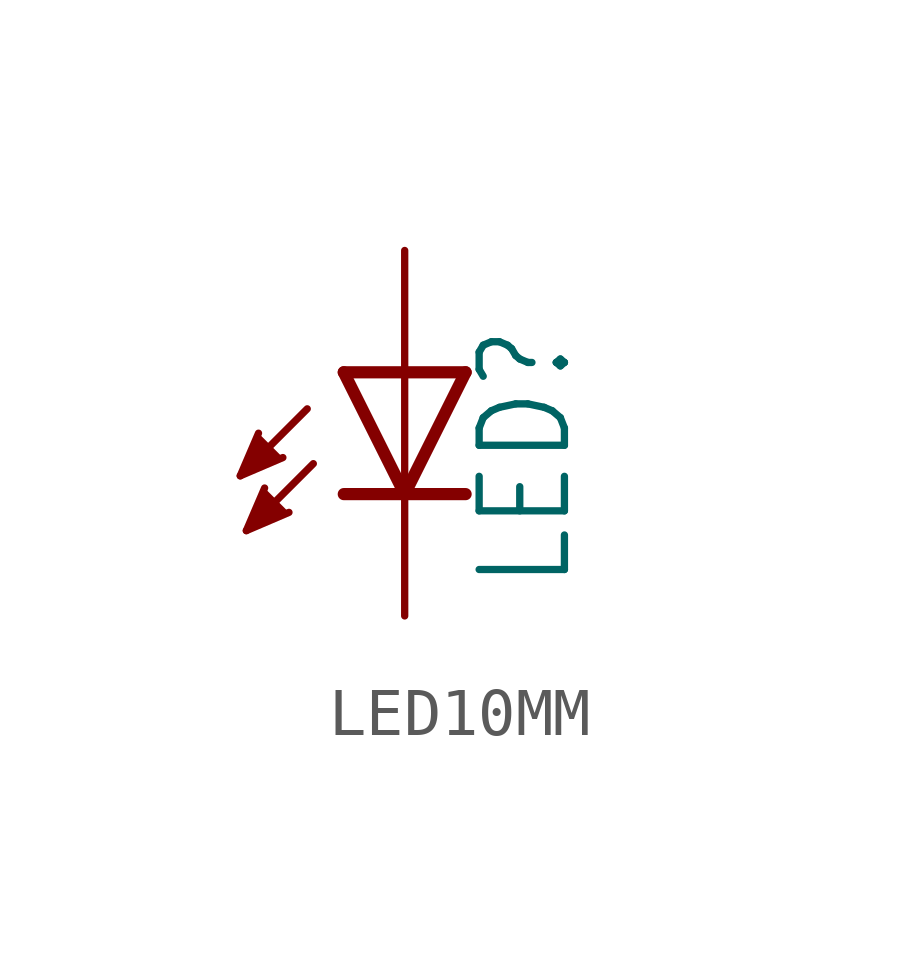
<source format=kicad_sym>
(kicad_symbol_lib
  (version 20231120)
  (generator "kicad_symbol_editor")
  (generator_version "8.0")
  (symbol "LED10MM"
    (property "Reference" "LED"
      (at 3.556 -4.572 90)
      (effects (font (size 1.778 1.511)) (justify left bottom)))
    (property "Value" ""
      (at 5.715 -4.572 90)
      (effects (font (size 1.778 1.511)) (justify left bottom)))
    (property "ki_locked" ""
      (at 0 0 0)
      (effects (font (size 1.27 1.27))))
    (symbol "LED10MM_1_0"
      (polyline (pts (xy -2.032 -0.762) (xy -3.429 -2.159)) (stroke (width 0.152) (type solid)) (fill (type none)))
      (polyline (pts (xy -1.905 -1.905) (xy -3.302 -3.302)) (stroke (width 0.152) (type solid)) (fill (type none)))
      (polyline (pts (xy 0 -2.54) (xy -1.27 -2.54)) (stroke (width 0.254) (type solid)) (fill (type none)))
      (polyline (pts (xy 0 -2.54) (xy -1.27 0)) (stroke (width 0.254) (type solid)) (fill (type none)))
      (polyline (pts (xy 0 0) (xy -1.27 0)) (stroke (width 0.254) (type solid)) (fill (type none)))
      (polyline (pts (xy 0 0) (xy 0 -2.54)) (stroke (width 0.152) (type solid)) (fill (type none)))
      (polyline (pts (xy 1.27 -2.54) (xy 0 -2.54)) (stroke (width 0.254) (type solid)) (fill (type none)))
      (polyline (pts (xy 1.27 0) (xy 0 -2.54)) (stroke (width 0.254) (type solid)) (fill (type none)))
      (polyline (pts (xy 1.27 0) (xy 0 0)) (stroke (width 0.254) (type solid)) (fill (type none)))
      (polyline (pts (xy -3.048 -1.27) (xy -3.429 -2.159) (xy -2.54 -1.778)) (stroke (width 0.152) (type solid)) (fill (type outline)))
      (polyline (pts (xy -2.921 -2.413) (xy -3.302 -3.302) (xy -2.413 -2.921)) (stroke (width 0.152) (type solid)) (fill (type outline)))
      (pin passive line (at 0 2.54 270) (length 2.54) (name "A" (effects (font (size 0 0)))) (number "A" (effects (font (size 0 0)))))
      (pin passive line (at 0 -5.08 90) (length 2.54) (name "C" (effects (font (size 0 0)))) (number "K" (effects (font (size 0 0))))))))
</source>
